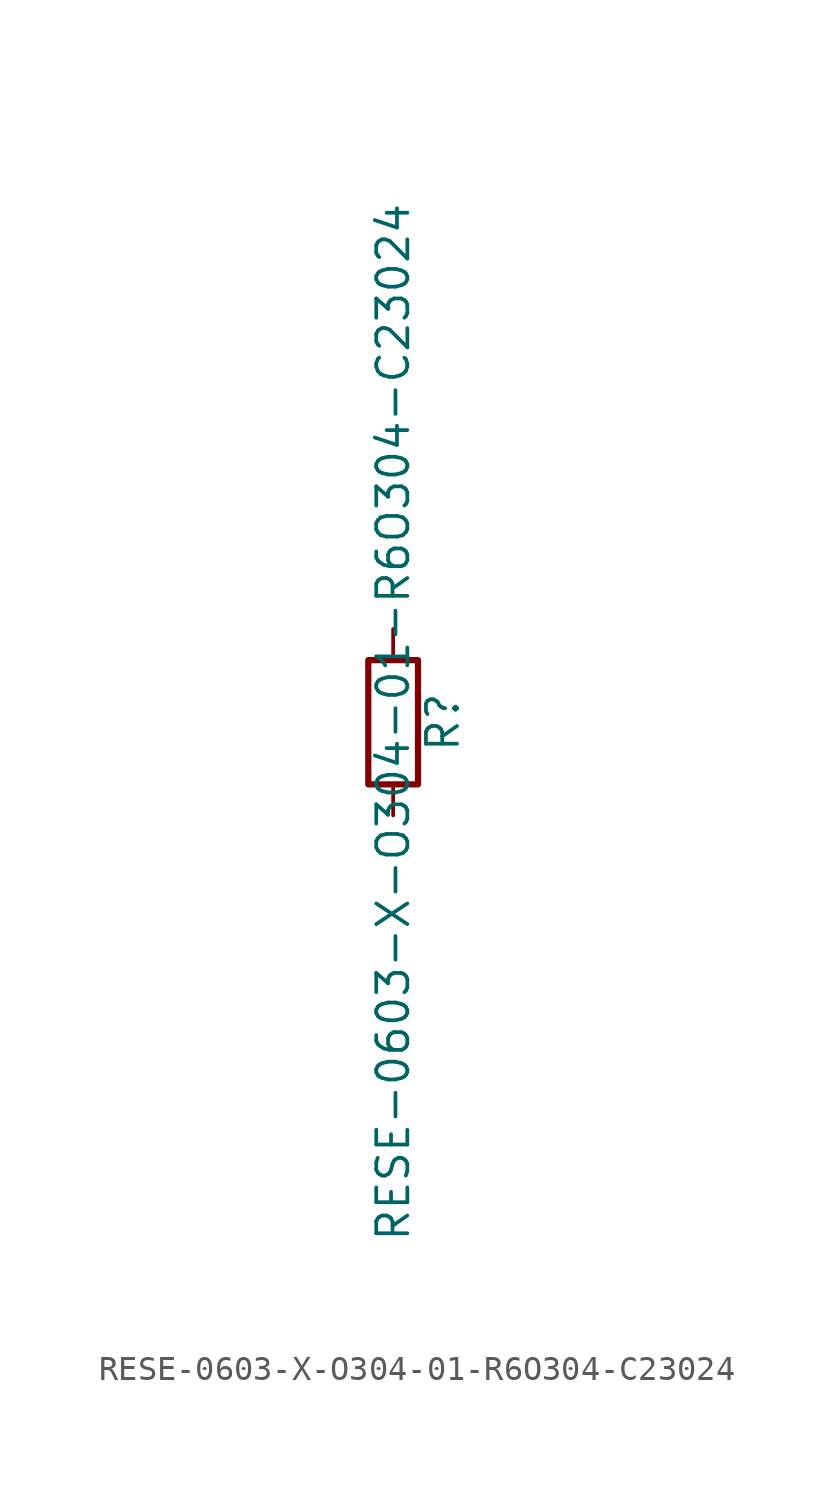
<source format=kicad_sym>
(kicad_symbol_lib
  (version 20211014)
  (generator kicad_symbol_editor)
  (symbol "RESE-0603-X-O304-01-R6O304-C23024"
    (pin_numbers hide)
    (pin_names
      (offset 0))
    (property "Reference" "R"
      (at 2.032 0 90)
      (effects (font (size 1.27 1.27))))
    (property "Value" "RESE-0603-X-O304-01-R6O304-C23024"
      (at 0 0 90)
      (effects (font (size 1.27 1.27))))
    (symbol "RESE-0603-X-O304-01-R6O304-C23024_0_1"
      (rectangle (start -1.016 -2.54) (end 1.016 2.54) (stroke (width 0.254) (type default) (color 0 0 0 0)) (fill (type none))))
    (symbol "RESE-0603-X-O304-01-R6O304-C23024_1_1"
      (pin passive line (at 0 3.81 270) (length 1.27) (name "~" (effects (font (size 1.27 1.27)))) (number "1" (effects (font (size 1.27 1.27)))))
      (pin passive line (at 0 -3.81 90) (length 1.27) (name "~" (effects (font (size 1.27 1.27)))) (number "2" (effects (font (size 1.27 1.27))))))))
</source>
